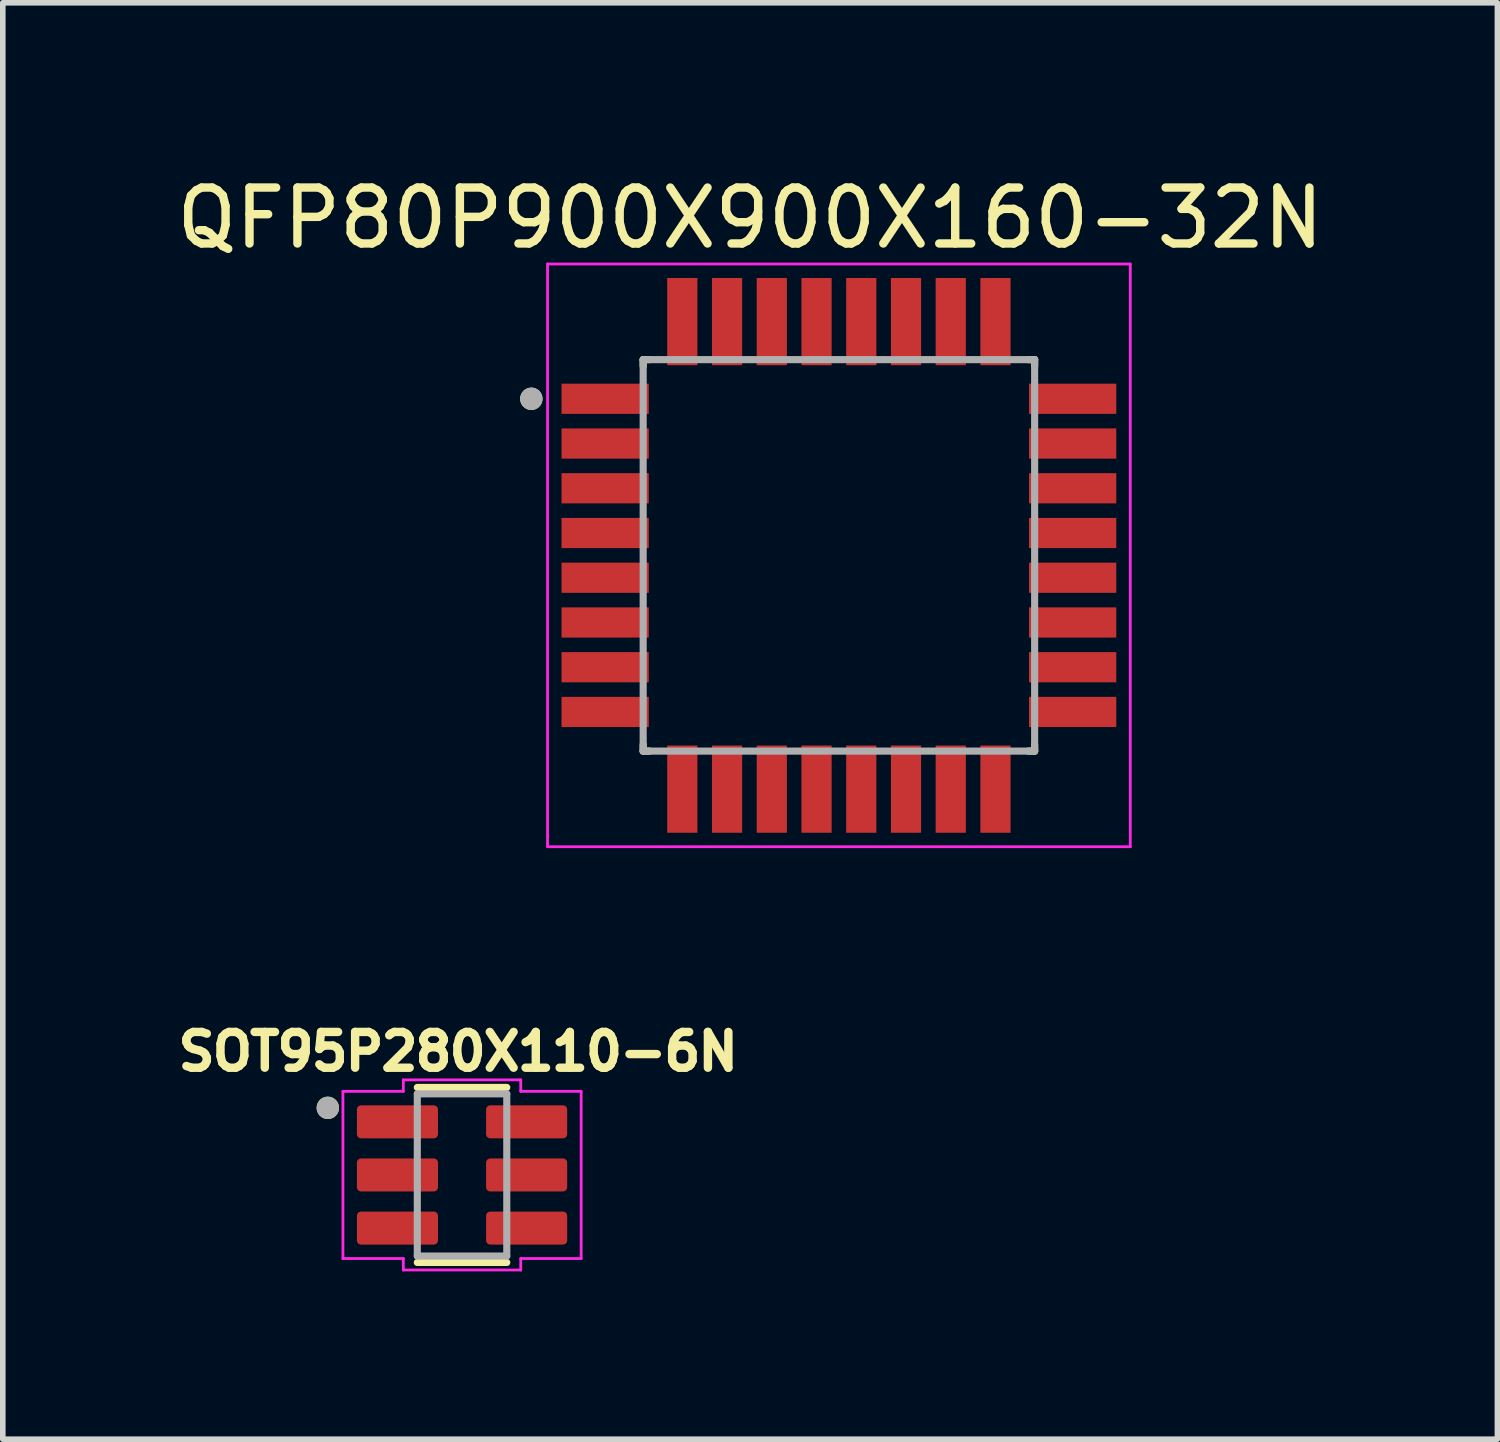
<source format=kicad_pcb>
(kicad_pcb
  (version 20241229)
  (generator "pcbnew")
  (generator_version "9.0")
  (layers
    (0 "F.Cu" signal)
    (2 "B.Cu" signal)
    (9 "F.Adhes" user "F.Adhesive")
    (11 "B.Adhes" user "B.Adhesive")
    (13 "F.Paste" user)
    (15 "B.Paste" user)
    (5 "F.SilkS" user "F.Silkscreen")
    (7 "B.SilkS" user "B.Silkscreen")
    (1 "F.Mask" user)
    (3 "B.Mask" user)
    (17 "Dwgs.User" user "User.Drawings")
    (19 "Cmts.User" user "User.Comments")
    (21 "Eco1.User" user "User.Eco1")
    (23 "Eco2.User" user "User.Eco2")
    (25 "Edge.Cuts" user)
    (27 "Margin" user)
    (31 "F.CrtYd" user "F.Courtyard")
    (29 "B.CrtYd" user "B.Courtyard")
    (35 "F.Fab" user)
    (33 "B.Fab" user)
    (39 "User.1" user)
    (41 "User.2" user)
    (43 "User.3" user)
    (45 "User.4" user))
  (footprint "QFP80P900X900X160-32N"
    (layer "F.Cu")
    (at 11.951 6.881)
    (property "Reference" "QFP80P900X900X160-32N" (at -1.587 -6.032 0) (layer "F.SilkS") (effects (font (size 1 1) (thickness 0.15))))
    (attr smd)
    (fp_line (start -3.5 -3.5) (end -3.5 -3.384) (stroke (width 0.127) (type solid)) (layer "F.SilkS"))
    (fp_line (start -3.5 -3.5) (end -3.384 -3.5) (stroke (width 0.127) (type solid)) (layer "F.SilkS"))
    (fp_line (start -3.5 3.5) (end -3.5 3.384) (stroke (width 0.127) (type solid)) (layer "F.SilkS"))
    (fp_line (start -3.5 3.5) (end -3.384 3.5) (stroke (width 0.127) (type solid)) (layer "F.SilkS"))
    (fp_line (start 3.5 -3.5) (end 3.384 -3.5) (stroke (width 0.127) (type solid)) (layer "F.SilkS"))
    (fp_line (start 3.5 -3.5) (end 3.5 -3.384) (stroke (width 0.127) (type solid)) (layer "F.SilkS"))
    (fp_line (start 3.5 3.5) (end 3.384 3.5) (stroke (width 0.127) (type solid)) (layer "F.SilkS"))
    (fp_line (start 3.5 3.5) (end 3.5 3.384) (stroke (width 0.127) (type solid)) (layer "F.SilkS"))
    (fp_circle (center -5.5 -2.8) (end -5.4 -2.8) (stroke (width 0.2) (type solid)) (fill no) (layer "F.SilkS"))
    (fp_line (start -5.21 -5.21) (end 5.21 -5.21) (stroke (width 0.05) (type solid)) (layer "F.CrtYd"))
    (fp_line (start -5.21 5.21) (end -5.21 -5.21) (stroke (width 0.05) (type solid)) (layer "F.CrtYd"))
    (fp_line (start 5.21 -5.21) (end 5.21 5.21) (stroke (width 0.05) (type solid)) (layer "F.CrtYd"))
    (fp_line (start 5.21 5.21) (end -5.21 5.21) (stroke (width 0.05) (type solid)) (layer "F.CrtYd"))
    (fp_line (start -3.5 -3.5) (end 3.5 -3.5) (stroke (width 0.127) (type solid)) (layer "F.Fab"))
    (fp_line (start -3.5 3.5) (end -3.5 -3.5) (stroke (width 0.127) (type solid)) (layer "F.Fab"))
    (fp_line (start 3.5 -3.5) (end 3.5 3.5) (stroke (width 0.127) (type solid)) (layer "F.Fab"))
    (fp_line (start 3.5 3.5) (end -3.5 3.5) (stroke (width 0.127) (type solid)) (layer "F.Fab"))
    (fp_circle (center -5.5 -2.8) (end -5.4 -2.8) (stroke (width 0.2) (type solid)) (fill no) (layer "F.Fab"))
    (pad "1" smd rect (at -4.18 -2.8) (size 1.56 0.54) (layers "F.Cu" "F.Mask" "F.Paste"))
    (pad "2" smd rect (at -4.18 -2) (size 1.56 0.54) (layers "F.Cu" "F.Mask" "F.Paste"))
    (pad "3" smd rect (at -4.18 -1.2) (size 1.56 0.54) (layers "F.Cu" "F.Mask" "F.Paste"))
    (pad "4" smd rect (at -4.18 -0.4) (size 1.56 0.54) (layers "F.Cu" "F.Mask" "F.Paste"))
    (pad "5" smd rect (at -4.18 0.4) (size 1.56 0.54) (layers "F.Cu" "F.Mask" "F.Paste"))
    (pad "6" smd rect (at -4.18 1.2) (size 1.56 0.54) (layers "F.Cu" "F.Mask" "F.Paste"))
    (pad "7" smd rect (at -4.18 2) (size 1.56 0.54) (layers "F.Cu" "F.Mask" "F.Paste"))
    (pad "8" smd rect (at -4.18 2.8) (size 1.56 0.54) (layers "F.Cu" "F.Mask" "F.Paste"))
    (pad "9" smd rect (at -2.8 4.18) (size 0.54 1.56) (layers "F.Cu" "F.Mask" "F.Paste"))
    (pad "10" smd rect (at -2 4.18) (size 0.54 1.56) (layers "F.Cu" "F.Mask" "F.Paste"))
    (pad "11" smd rect (at -1.2 4.18) (size 0.54 1.56) (layers "F.Cu" "F.Mask" "F.Paste"))
    (pad "12" smd rect (at -0.4 4.18) (size 0.54 1.56) (layers "F.Cu" "F.Mask" "F.Paste"))
    (pad "13" smd rect (at 0.4 4.18) (size 0.54 1.56) (layers "F.Cu" "F.Mask" "F.Paste"))
    (pad "14" smd rect (at 1.2 4.18) (size 0.54 1.56) (layers "F.Cu" "F.Mask" "F.Paste"))
    (pad "15" smd rect (at 2 4.18) (size 0.54 1.56) (layers "F.Cu" "F.Mask" "F.Paste"))
    (pad "16" smd rect (at 2.8 4.18) (size 0.54 1.56) (layers "F.Cu" "F.Mask" "F.Paste"))
    (pad "17" smd rect (at 4.18 2.8) (size 1.56 0.54) (layers "F.Cu" "F.Mask" "F.Paste"))
    (pad "18" smd rect (at 4.18 2) (size 1.56 0.54) (layers "F.Cu" "F.Mask" "F.Paste"))
    (pad "19" smd rect (at 4.18 1.2) (size 1.56 0.54) (layers "F.Cu" "F.Mask" "F.Paste"))
    (pad "20" smd rect (at 4.18 0.4) (size 1.56 0.54) (layers "F.Cu" "F.Mask" "F.Paste"))
    (pad "21" smd rect (at 4.18 -0.4) (size 1.56 0.54) (layers "F.Cu" "F.Mask" "F.Paste"))
    (pad "22" smd rect (at 4.18 -1.2) (size 1.56 0.54) (layers "F.Cu" "F.Mask" "F.Paste"))
    (pad "23" smd rect (at 4.18 -2) (size 1.56 0.54) (layers "F.Cu" "F.Mask" "F.Paste"))
    (pad "24" smd rect (at 4.18 -2.8) (size 1.56 0.54) (layers "F.Cu" "F.Mask" "F.Paste"))
    (pad "25" smd rect (at 2.8 -4.18) (size 0.54 1.56) (layers "F.Cu" "F.Mask" "F.Paste"))
    (pad "26" smd rect (at 2 -4.18) (size 0.54 1.56) (layers "F.Cu" "F.Mask" "F.Paste"))
    (pad "27" smd rect (at 1.2 -4.18) (size 0.54 1.56) (layers "F.Cu" "F.Mask" "F.Paste"))
    (pad "28" smd rect (at 0.4 -4.18) (size 0.54 1.56) (layers "F.Cu" "F.Mask" "F.Paste"))
    (pad "29" smd rect (at -0.4 -4.18) (size 0.54 1.56) (layers "F.Cu" "F.Mask" "F.Paste"))
    (pad "30" smd rect (at -1.2 -4.18) (size 0.54 1.56) (layers "F.Cu" "F.Mask" "F.Paste"))
    (pad "31" smd rect (at -2 -4.18) (size 0.54 1.56) (layers "F.Cu" "F.Mask" "F.Paste"))
    (pad "32" smd rect (at -2.8 -4.18) (size 0.54 1.56) (layers "F.Cu" "F.Mask" "F.Paste")))
  (footprint "SOT95P280X110-6N"
    (layer "F.Cu")
    (at 5.212 17.96)
    (property "Reference" "SOT95P280X110-6N" (at -0.068 -2.206 0) (layer "F.SilkS") (effects (font (size 0.64 0.64) (thickness 0.15))))
    (attr smd)
    (fp_line (start -0.8 -1.565) (end 0.8 -1.565) (stroke (width 0.127) (type solid)) (layer "F.SilkS"))
    (fp_line (start -0.8 1.565) (end 0.8 1.565) (stroke (width 0.127) (type solid)) (layer "F.SilkS"))
    (fp_circle (center -2.4 -1.2) (end -2.3 -1.2) (stroke (width 0.2) (type solid)) (fill no) (layer "F.SilkS"))
    (fp_line (start -2.13 -1.495) (end -2.13 1.495) (stroke (width 0.05) (type solid)) (layer "F.CrtYd"))
    (fp_line (start -2.13 1.495) (end -1.05 1.495) (stroke (width 0.05) (type solid)) (layer "F.CrtYd"))
    (fp_line (start -1.05 -1.7) (end -1.05 -1.495) (stroke (width 0.05) (type solid)) (layer "F.CrtYd"))
    (fp_line (start -1.05 -1.495) (end -2.13 -1.495) (stroke (width 0.05) (type solid)) (layer "F.CrtYd"))
    (fp_line (start -1.05 1.495) (end -1.05 1.7) (stroke (width 0.05) (type solid)) (layer "F.CrtYd"))
    (fp_line (start -1.05 1.7) (end 1.05 1.7) (stroke (width 0.05) (type solid)) (layer "F.CrtYd"))
    (fp_line (start 1.05 -1.7) (end -1.05 -1.7) (stroke (width 0.05) (type solid)) (layer "F.CrtYd"))
    (fp_line (start 1.05 -1.495) (end 1.05 -1.7) (stroke (width 0.05) (type solid)) (layer "F.CrtYd"))
    (fp_line (start 1.05 1.495) (end 2.13 1.495) (stroke (width 0.05) (type solid)) (layer "F.CrtYd"))
    (fp_line (start 1.05 1.7) (end 1.05 1.495) (stroke (width 0.05) (type solid)) (layer "F.CrtYd"))
    (fp_line (start 2.13 -1.495) (end 1.05 -1.495) (stroke (width 0.05) (type solid)) (layer "F.CrtYd"))
    (fp_line (start 2.13 1.495) (end 2.13 -1.495) (stroke (width 0.05) (type solid)) (layer "F.CrtYd"))
    (fp_line (start -0.8 -1.45) (end -0.8 1.45) (stroke (width 0.127) (type solid)) (layer "F.Fab"))
    (fp_line (start -0.8 1.45) (end 0.8 1.45) (stroke (width 0.127) (type solid)) (layer "F.Fab"))
    (fp_line (start 0.8 -1.45) (end -0.8 -1.45) (stroke (width 0.127) (type solid)) (layer "F.Fab"))
    (fp_line (start 0.8 1.45) (end 0.8 -1.45) (stroke (width 0.127) (type solid)) (layer "F.Fab"))
    (fp_circle (center -2.4 -1.2) (end -2.3 -1.2) (stroke (width 0.2) (type solid)) (fill no) (layer "F.Fab"))
    (pad "1" smd roundrect (at -1.155 -0.95) (size 1.45 0.59) (layers "F.Cu" "F.Mask" "F.Paste") (roundrect_rratio 0.125))
    (pad "2" smd roundrect (at -1.155 0) (size 1.45 0.59) (layers "F.Cu" "F.Mask" "F.Paste") (roundrect_rratio 0.125))
    (pad "3" smd roundrect (at -1.155 0.95) (size 1.45 0.59) (layers "F.Cu" "F.Mask" "F.Paste") (roundrect_rratio 0.125))
    (pad "4" smd roundrect (at 1.155 0.95) (size 1.45 0.59) (layers "F.Cu" "F.Mask" "F.Paste") (roundrect_rratio 0.125))
    (pad "5" smd roundrect (at 1.155 0) (size 1.45 0.59) (layers "F.Cu" "F.Mask" "F.Paste") (roundrect_rratio 0.125))
    (pad "6" smd roundrect (at 1.155 -0.95) (size 1.45 0.59) (layers "F.Cu" "F.Mask" "F.Paste") (roundrect_rratio 0.125)))
  (gr_rect
    (start -3 -3)
    (end 23.726 22.685)
    (stroke (width 0.1) (type default))
    (fill no)
    (layer "Edge.Cuts")))
</source>
